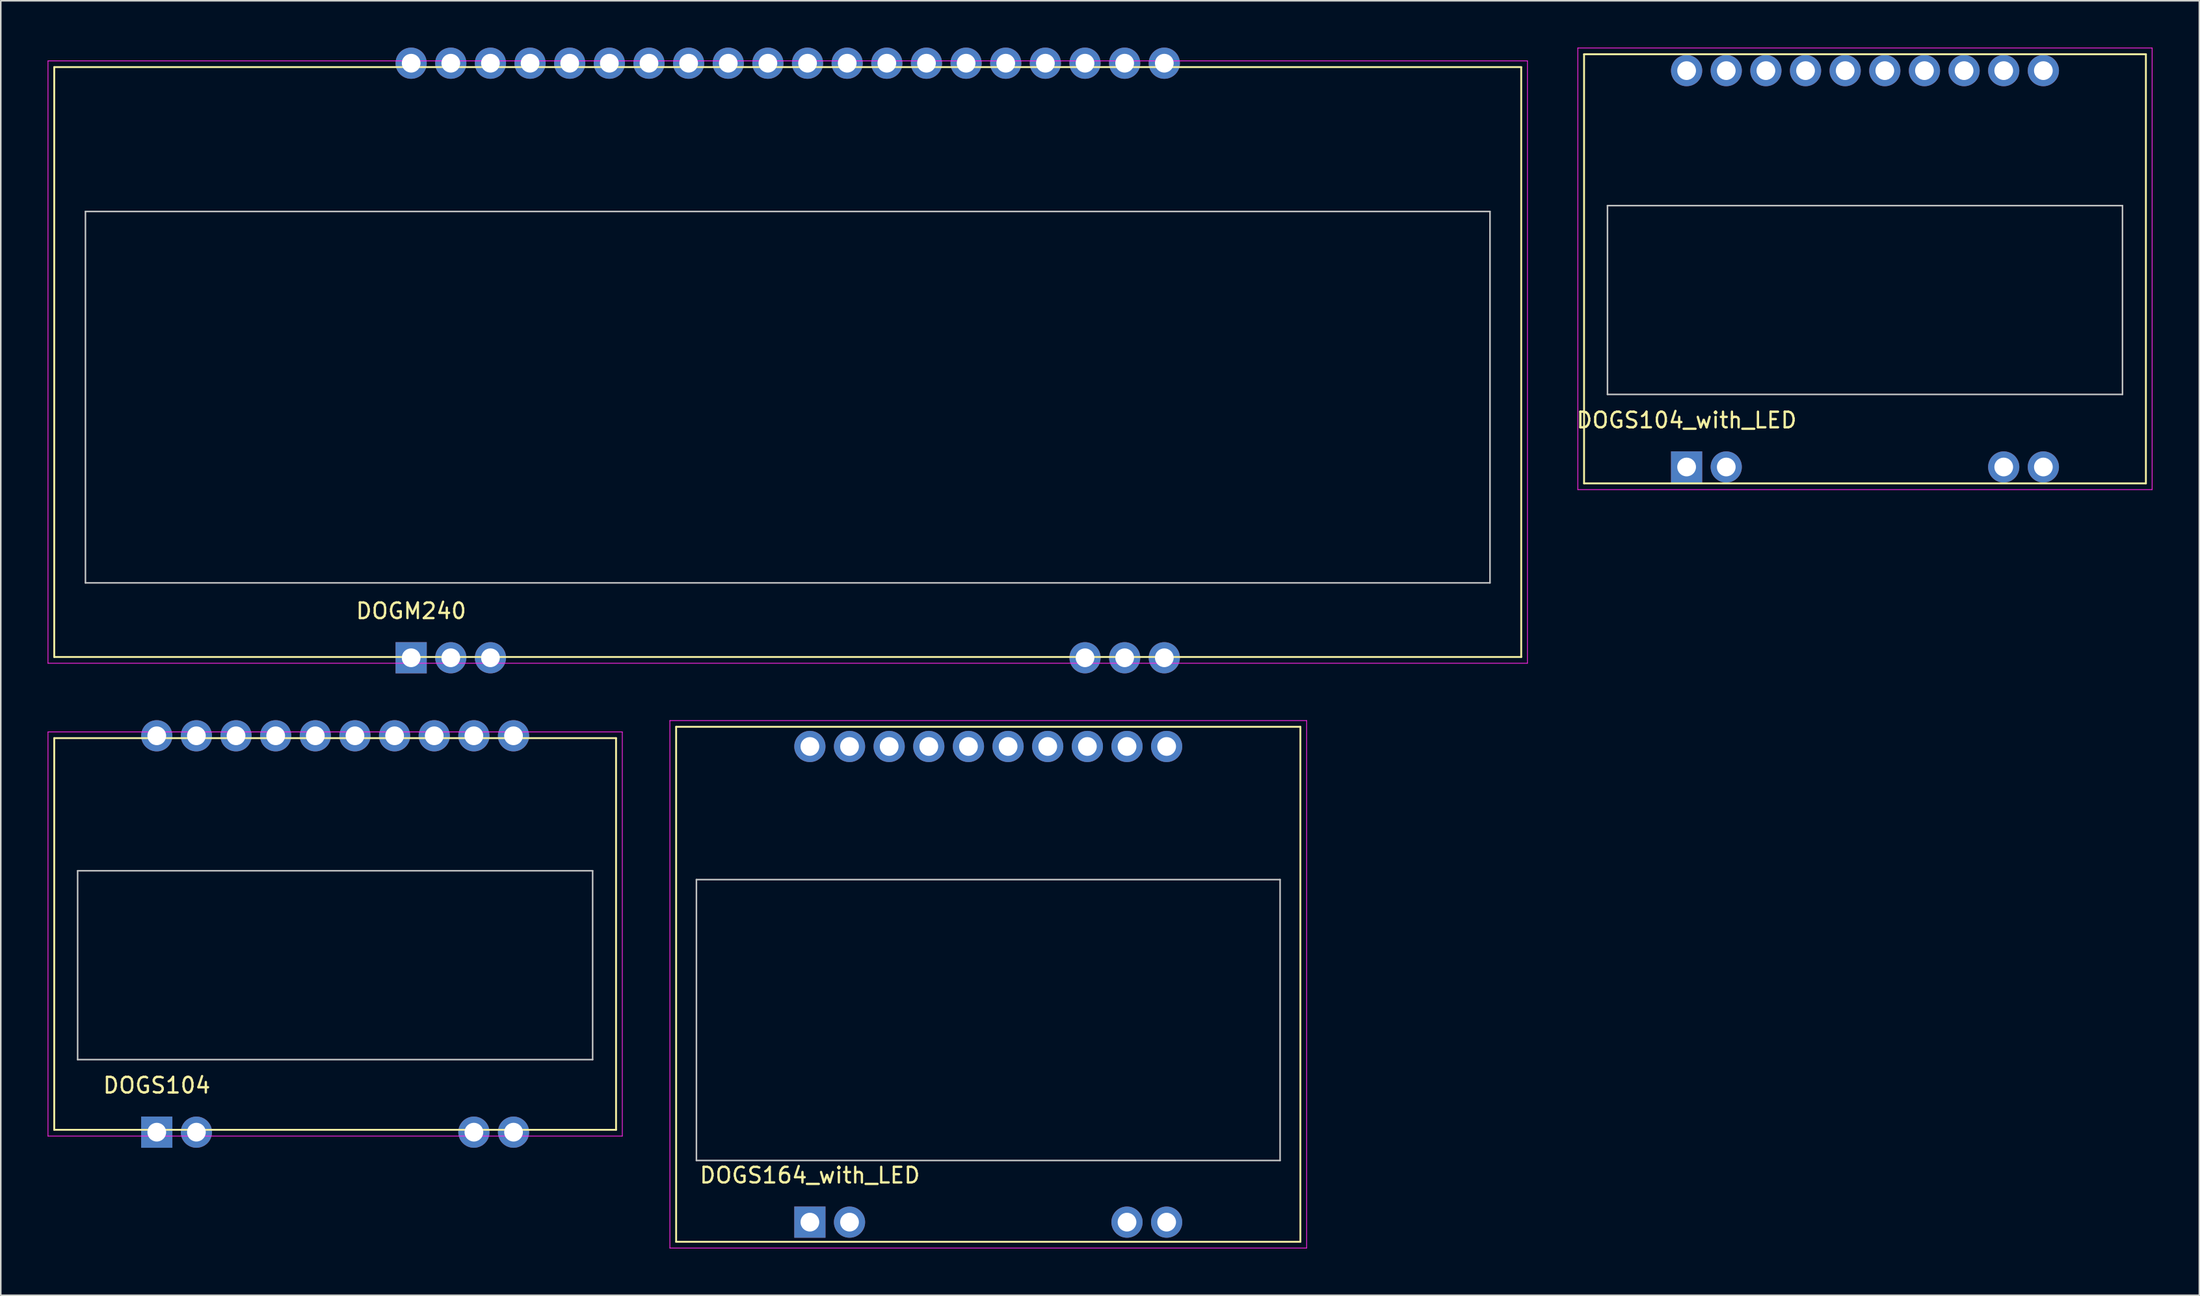
<source format=kicad_pcb>
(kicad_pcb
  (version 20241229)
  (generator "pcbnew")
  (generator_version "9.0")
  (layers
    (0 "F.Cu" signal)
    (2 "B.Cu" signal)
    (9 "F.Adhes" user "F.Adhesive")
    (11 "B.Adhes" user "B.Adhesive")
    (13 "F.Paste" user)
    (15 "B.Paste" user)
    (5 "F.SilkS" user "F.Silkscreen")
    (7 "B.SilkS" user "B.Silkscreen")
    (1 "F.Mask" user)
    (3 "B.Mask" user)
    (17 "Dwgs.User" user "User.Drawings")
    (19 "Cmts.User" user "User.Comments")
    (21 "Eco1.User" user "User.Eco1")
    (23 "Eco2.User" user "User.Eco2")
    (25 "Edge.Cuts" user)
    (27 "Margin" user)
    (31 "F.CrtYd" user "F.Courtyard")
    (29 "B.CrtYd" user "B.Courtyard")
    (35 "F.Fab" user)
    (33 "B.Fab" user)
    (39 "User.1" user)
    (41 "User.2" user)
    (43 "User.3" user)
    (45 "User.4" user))
  (footprint "DOGS164_with_LED"
    (layer "F.Cu")
    (at 48.845 75.265)
    (property "Reference" "DOGS164_with_LED" (at 0 -3 0) (layer "F.SilkS") (effects (font (size 1 1) (thickness 0.15))))
    (attr through_hole)
    (fp_line (start -8.57 -31.74) (end -8.57 1.26) (stroke (width 0.12) (type solid)) (layer "F.SilkS"))
    (fp_line (start -8.57 1.26) (end 31.43 1.26) (stroke (width 0.12) (type solid)) (layer "F.SilkS"))
    (fp_line (start 31.43 -31.74) (end -8.57 -31.74) (stroke (width 0.12) (type solid)) (layer "F.SilkS"))
    (fp_line (start 31.43 1.26) (end 31.43 -31.74) (stroke (width 0.12) (type solid)) (layer "F.SilkS"))
    (fp_line (start -7.27 -21.95) (end -7.27 -3.95) (stroke (width 0.1) (type solid)) (layer "Dwgs.User"))
    (fp_line (start -7.27 -3.95) (end 30.13 -3.95) (stroke (width 0.1) (type solid)) (layer "Dwgs.User"))
    (fp_line (start 30.13 -21.95) (end -7.27 -21.95) (stroke (width 0.1) (type solid)) (layer "Dwgs.User"))
    (fp_line (start 30.13 -3.95) (end 30.13 -21.95) (stroke (width 0.1) (type solid)) (layer "Dwgs.User"))
    (fp_line (start -8.97 -32.14) (end -8.97 1.66) (stroke (width 0.05) (type solid)) (layer "F.CrtYd"))
    (fp_line (start -8.97 1.66) (end 31.83 1.66) (stroke (width 0.05) (type solid)) (layer "F.CrtYd"))
    (fp_line (start 31.83 -32.14) (end -8.97 -32.14) (stroke (width 0.05) (type solid)) (layer "F.CrtYd"))
    (fp_line (start 31.83 1.66) (end 31.83 -32.14) (stroke (width 0.05) (type solid)) (layer "F.CrtYd"))
    (pad "1" thru_hole rect (at 0 0) (size 2 2) (drill 1.2) (layers "*.Cu" "*.Mask"))
    (pad "2" thru_hole circle (at 2.54 0) (size 2 2) (drill 1.2) (layers "*.Cu" "*.Mask"))
    (pad "9" thru_hole circle (at 20.32 0) (size 2 2) (drill 1.2) (layers "*.Cu" "*.Mask"))
    (pad "10" thru_hole circle (at 22.86 0) (size 2 2) (drill 1.2) (layers "*.Cu" "*.Mask"))
    (pad "11" thru_hole circle (at 22.86 -30.48) (size 2 2) (drill 1.2) (layers "*.Cu" "*.Mask"))
    (pad "12" thru_hole circle (at 20.32 -30.48) (size 2 2) (drill 1.2) (layers "*.Cu" "*.Mask"))
    (pad "13" thru_hole circle (at 17.78 -30.48) (size 2 2) (drill 1.2) (layers "*.Cu" "*.Mask"))
    (pad "14" thru_hole circle (at 15.24 -30.48) (size 2 2) (drill 1.2) (layers "*.Cu" "*.Mask"))
    (pad "15" thru_hole circle (at 12.7 -30.48) (size 2 2) (drill 1.2) (layers "*.Cu" "*.Mask"))
    (pad "16" thru_hole circle (at 10.16 -30.48) (size 2 2) (drill 1.2) (layers "*.Cu" "*.Mask"))
    (pad "17" thru_hole circle (at 7.62 -30.48) (size 2 2) (drill 1.2) (layers "*.Cu" "*.Mask"))
    (pad "18" thru_hole circle (at 5.08 -30.48) (size 2 2) (drill 1.2) (layers "*.Cu" "*.Mask"))
    (pad "19" thru_hole circle (at 2.54 -30.48) (size 2 2) (drill 1.2) (layers "*.Cu" "*.Mask"))
    (pad "20" thru_hole circle (at 0 -30.48) (size 2 2) (drill 1.2) (layers "*.Cu" "*.Mask")))
  (footprint "DOGM240"
    (layer "F.Cu")
    (at 23.295 39.1)
    (property "Reference" "DOGM240" (at 0 -3 0) (layer "F.SilkS") (effects (font (size 1 1) (thickness 0.15))))
    (attr through_hole)
    (fp_line (start -22.87 -37.85) (end -22.87 -0.05) (stroke (width 0.12) (type solid)) (layer "F.SilkS"))
    (fp_line (start -22.87 -0.05) (end 71.13 -0.05) (stroke (width 0.12) (type solid)) (layer "F.SilkS"))
    (fp_line (start 71.13 -37.85) (end -22.87 -37.85) (stroke (width 0.12) (type solid)) (layer "F.SilkS"))
    (fp_line (start 71.13 -0.05) (end 71.13 -37.85) (stroke (width 0.12) (type solid)) (layer "F.SilkS"))
    (fp_line (start -20.87 -28.6) (end -20.87 -4.8) (stroke (width 0.1) (type solid)) (layer "Dwgs.User"))
    (fp_line (start -20.87 -4.8) (end 69.13 -4.8) (stroke (width 0.1) (type solid)) (layer "Dwgs.User"))
    (fp_line (start 69.13 -28.6) (end -20.87 -28.6) (stroke (width 0.1) (type solid)) (layer "Dwgs.User"))
    (fp_line (start 69.13 -4.8) (end 69.13 -28.6) (stroke (width 0.1) (type solid)) (layer "Dwgs.User"))
    (fp_line (start -23.27 -38.25) (end -23.27 0.35) (stroke (width 0.05) (type solid)) (layer "F.CrtYd"))
    (fp_line (start -23.27 0.35) (end 71.53 0.35) (stroke (width 0.05) (type solid)) (layer "F.CrtYd"))
    (fp_line (start 71.53 -38.25) (end -23.27 -38.25) (stroke (width 0.05) (type solid)) (layer "F.CrtYd"))
    (fp_line (start 71.53 0.35) (end 71.53 -38.25) (stroke (width 0.05) (type solid)) (layer "F.CrtYd"))
    (pad "1" thru_hole rect (at 0 0) (size 2 2) (drill 1.2) (layers "*.Cu" "*.Mask"))
    (pad "2" thru_hole circle (at 2.54 0) (size 2 2) (drill 1.2) (layers "*.Cu" "*.Mask"))
    (pad "3" thru_hole circle (at 5.08 0) (size 2 2) (drill 1.2) (layers "*.Cu" "*.Mask"))
    (pad "18" thru_hole circle (at 43.18 0) (size 2 2) (drill 1.2) (layers "*.Cu" "*.Mask"))
    (pad "19" thru_hole circle (at 45.72 0) (size 2 2) (drill 1.2) (layers "*.Cu" "*.Mask"))
    (pad "20" thru_hole circle (at 48.26 0) (size 2 2) (drill 1.2) (layers "*.Cu" "*.Mask"))
    (pad "21" thru_hole circle (at 48.26 -38.1) (size 2 2) (drill 1.2) (layers "*.Cu" "*.Mask"))
    (pad "22" thru_hole circle (at 45.72 -38.1) (size 2 2) (drill 1.2) (layers "*.Cu" "*.Mask"))
    (pad "23" thru_hole circle (at 43.18 -38.1) (size 2 2) (drill 1.2) (layers "*.Cu" "*.Mask"))
    (pad "24" thru_hole circle (at 40.64 -38.1) (size 2 2) (drill 1.2) (layers "*.Cu" "*.Mask"))
    (pad "25" thru_hole circle (at 38.1 -38.1) (size 2 2) (drill 1.2) (layers "*.Cu" "*.Mask"))
    (pad "26" thru_hole circle (at 35.56 -38.1) (size 2 2) (drill 1.2) (layers "*.Cu" "*.Mask"))
    (pad "27" thru_hole circle (at 33.02 -38.1) (size 2 2) (drill 1.2) (layers "*.Cu" "*.Mask"))
    (pad "28" thru_hole circle (at 30.48 -38.1) (size 2 2) (drill 1.2) (layers "*.Cu" "*.Mask"))
    (pad "29" thru_hole circle (at 27.94 -38.1) (size 2 2) (drill 1.2) (layers "*.Cu" "*.Mask"))
    (pad "30" thru_hole circle (at 25.4 -38.1) (size 2 2) (drill 1.2) (layers "*.Cu" "*.Mask"))
    (pad "31" thru_hole circle (at 22.86 -38.1) (size 2 2) (drill 1.2) (layers "*.Cu" "*.Mask"))
    (pad "32" thru_hole circle (at 20.32 -38.1) (size 2 2) (drill 1.2) (layers "*.Cu" "*.Mask"))
    (pad "33" thru_hole circle (at 17.78 -38.1) (size 2 2) (drill 1.2) (layers "*.Cu" "*.Mask"))
    (pad "34" thru_hole circle (at 15.24 -38.1) (size 2 2) (drill 1.2) (layers "*.Cu" "*.Mask"))
    (pad "35" thru_hole circle (at 12.7 -38.1) (size 2 2) (drill 1.2) (layers "*.Cu" "*.Mask"))
    (pad "36" thru_hole circle (at 10.16 -38.1) (size 2 2) (drill 1.2) (layers "*.Cu" "*.Mask"))
    (pad "37" thru_hole circle (at 7.62 -38.1) (size 2 2) (drill 1.2) (layers "*.Cu" "*.Mask"))
    (pad "38" thru_hole circle (at 5.08 -38.1) (size 2 2) (drill 1.2) (layers "*.Cu" "*.Mask"))
    (pad "39" thru_hole circle (at 2.54 -38.1) (size 2 2) (drill 1.2) (layers "*.Cu" "*.Mask"))
    (pad "40" thru_hole circle (at 0 -38.1) (size 2 2) (drill 1.2) (layers "*.Cu" "*.Mask")))
  (footprint "DOGS104_with_LED"
    (layer "F.Cu")
    (at 105.023 26.875)
    (property "Reference" "DOGS104_with_LED" (at 0 -3 0) (layer "F.SilkS") (effects (font (size 1 1) (thickness 0.15))))
    (attr through_hole)
    (fp_line (start -6.57 -26.45) (end -6.57 1.05) (stroke (width 0.12) (type solid)) (layer "F.SilkS"))
    (fp_line (start -6.57 1.05) (end 29.43 1.05) (stroke (width 0.12) (type solid)) (layer "F.SilkS"))
    (fp_line (start 29.43 -26.45) (end -6.57 -26.45) (stroke (width 0.12) (type solid)) (layer "F.SilkS"))
    (fp_line (start 29.43 1.05) (end 29.43 -26.45) (stroke (width 0.12) (type solid)) (layer "F.SilkS"))
    (fp_line (start -5.07 -16.75) (end -5.07 -4.65) (stroke (width 0.1) (type solid)) (layer "Dwgs.User"))
    (fp_line (start -5.07 -4.65) (end 27.93 -4.65) (stroke (width 0.1) (type solid)) (layer "Dwgs.User"))
    (fp_line (start 27.93 -16.75) (end -5.07 -16.75) (stroke (width 0.1) (type solid)) (layer "Dwgs.User"))
    (fp_line (start 27.93 -4.65) (end 27.93 -16.75) (stroke (width 0.1) (type solid)) (layer "Dwgs.User"))
    (fp_line (start -6.97 -26.85) (end -6.97 1.45) (stroke (width 0.05) (type solid)) (layer "F.CrtYd"))
    (fp_line (start -6.97 1.45) (end 29.83 1.45) (stroke (width 0.05) (type solid)) (layer "F.CrtYd"))
    (fp_line (start 29.83 -26.85) (end -6.97 -26.85) (stroke (width 0.05) (type solid)) (layer "F.CrtYd"))
    (fp_line (start 29.83 1.45) (end 29.83 -26.85) (stroke (width 0.05) (type solid)) (layer "F.CrtYd"))
    (pad "1" thru_hole rect (at 0 0) (size 2 2) (drill 1.2) (layers "*.Cu" "*.Mask"))
    (pad "2" thru_hole circle (at 2.54 0) (size 2 2) (drill 1.2) (layers "*.Cu" "*.Mask"))
    (pad "9" thru_hole circle (at 20.32 0) (size 2 2) (drill 1.2) (layers "*.Cu" "*.Mask"))
    (pad "10" thru_hole circle (at 22.86 0) (size 2 2) (drill 1.2) (layers "*.Cu" "*.Mask"))
    (pad "11" thru_hole circle (at 22.86 -25.4) (size 2 2) (drill 1.2) (layers "*.Cu" "*.Mask"))
    (pad "12" thru_hole circle (at 20.32 -25.4) (size 2 2) (drill 1.2) (layers "*.Cu" "*.Mask"))
    (pad "13" thru_hole circle (at 17.78 -25.4) (size 2 2) (drill 1.2) (layers "*.Cu" "*.Mask"))
    (pad "14" thru_hole circle (at 15.24 -25.4) (size 2 2) (drill 1.2) (layers "*.Cu" "*.Mask"))
    (pad "15" thru_hole circle (at 12.7 -25.4) (size 2 2) (drill 1.2) (layers "*.Cu" "*.Mask"))
    (pad "16" thru_hole circle (at 10.16 -25.4) (size 2 2) (drill 1.2) (layers "*.Cu" "*.Mask"))
    (pad "17" thru_hole circle (at 7.62 -25.4) (size 2 2) (drill 1.2) (layers "*.Cu" "*.Mask"))
    (pad "18" thru_hole circle (at 5.08 -25.4) (size 2 2) (drill 1.2) (layers "*.Cu" "*.Mask"))
    (pad "19" thru_hole circle (at 2.54 -25.4) (size 2 2) (drill 1.2) (layers "*.Cu" "*.Mask"))
    (pad "20" thru_hole circle (at 0 -25.4) (size 2 2) (drill 1.2) (layers "*.Cu" "*.Mask")))
  (footprint "DOGS104"
    (layer "F.Cu")
    (at 6.995 69.5)
    (property "Reference" "DOGS104" (at 0 -3 0) (layer "F.SilkS") (effects (font (size 1 1) (thickness 0.15))))
    (attr through_hole)
    (fp_line (start -6.57 -25.25) (end -6.57 -0.15) (stroke (width 0.12) (type solid)) (layer "F.SilkS"))
    (fp_line (start -6.57 -0.15) (end 29.43 -0.15) (stroke (width 0.12) (type solid)) (layer "F.SilkS"))
    (fp_line (start 29.43 -25.25) (end -6.57 -25.25) (stroke (width 0.12) (type solid)) (layer "F.SilkS"))
    (fp_line (start 29.43 -0.15) (end 29.43 -25.25) (stroke (width 0.12) (type solid)) (layer "F.SilkS"))
    (fp_line (start -5.07 -16.75) (end -5.07 -4.65) (stroke (width 0.1) (type solid)) (layer "Dwgs.User"))
    (fp_line (start -5.07 -4.65) (end 27.93 -4.65) (stroke (width 0.1) (type solid)) (layer "Dwgs.User"))
    (fp_line (start 27.93 -16.75) (end -5.07 -16.75) (stroke (width 0.1) (type solid)) (layer "Dwgs.User"))
    (fp_line (start 27.93 -4.65) (end 27.93 -16.75) (stroke (width 0.1) (type solid)) (layer "Dwgs.User"))
    (fp_line (start -6.97 -25.65) (end -6.97 0.25) (stroke (width 0.05) (type solid)) (layer "F.CrtYd"))
    (fp_line (start -6.97 0.25) (end 29.83 0.25) (stroke (width 0.05) (type solid)) (layer "F.CrtYd"))
    (fp_line (start 29.83 -25.65) (end -6.97 -25.65) (stroke (width 0.05) (type solid)) (layer "F.CrtYd"))
    (fp_line (start 29.83 0.25) (end 29.83 -25.65) (stroke (width 0.05) (type solid)) (layer "F.CrtYd"))
    (pad "1" thru_hole rect (at 0 0) (size 2 2) (drill 1.2) (layers "*.Cu" "*.Mask"))
    (pad "2" thru_hole circle (at 2.54 0) (size 2 2) (drill 1.2) (layers "*.Cu" "*.Mask"))
    (pad "9" thru_hole circle (at 20.32 0) (size 2 2) (drill 1.2) (layers "*.Cu" "*.Mask"))
    (pad "10" thru_hole circle (at 22.86 0) (size 2 2) (drill 1.2) (layers "*.Cu" "*.Mask"))
    (pad "11" thru_hole circle (at 22.86 -25.4) (size 2 2) (drill 1.2) (layers "*.Cu" "*.Mask"))
    (pad "12" thru_hole circle (at 20.32 -25.4) (size 2 2) (drill 1.2) (layers "*.Cu" "*.Mask"))
    (pad "13" thru_hole circle (at 17.78 -25.4) (size 2 2) (drill 1.2) (layers "*.Cu" "*.Mask"))
    (pad "14" thru_hole circle (at 15.24 -25.4) (size 2 2) (drill 1.2) (layers "*.Cu" "*.Mask"))
    (pad "15" thru_hole circle (at 12.7 -25.4) (size 2 2) (drill 1.2) (layers "*.Cu" "*.Mask"))
    (pad "16" thru_hole circle (at 10.16 -25.4) (size 2 2) (drill 1.2) (layers "*.Cu" "*.Mask"))
    (pad "17" thru_hole circle (at 7.62 -25.4) (size 2 2) (drill 1.2) (layers "*.Cu" "*.Mask"))
    (pad "18" thru_hole circle (at 5.08 -25.4) (size 2 2) (drill 1.2) (layers "*.Cu" "*.Mask"))
    (pad "19" thru_hole circle (at 2.54 -25.4) (size 2 2) (drill 1.2) (layers "*.Cu" "*.Mask"))
    (pad "20" thru_hole circle (at 0 -25.4) (size 2 2) (drill 1.2) (layers "*.Cu" "*.Mask")))
  (gr_rect
    (start -3 -3)
    (end 137.878 79.95)
    (stroke (width 0.1) (type default))
    (fill no)
    (layer "Edge.Cuts")))
</source>
